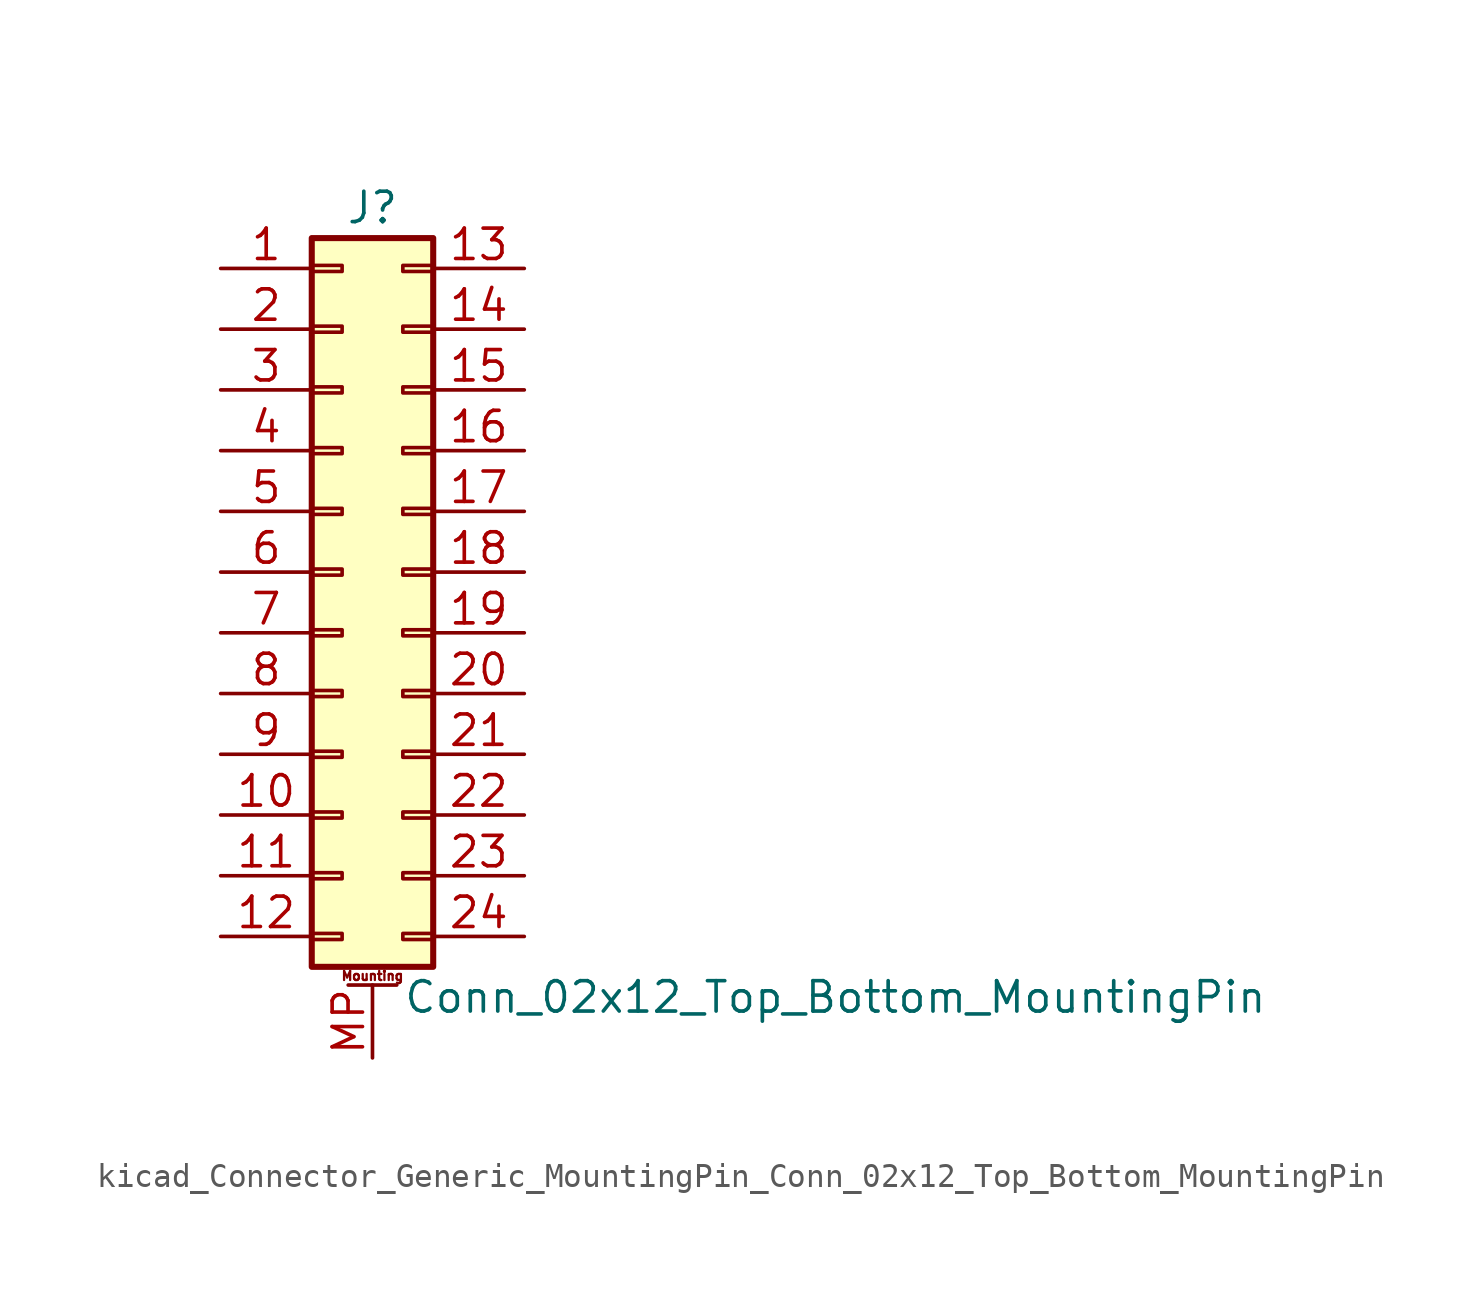
<source format=kicad_sym>
(kicad_symbol_lib
  (version 20220914)
  (generator kicad_symbol_editor)
  (symbol "kicad_Connector_Generic_MountingPin_Conn_02x12_Top_Bottom_MountingPin"
    (pin_names
      (offset 1.016) hide)
    (property "Reference" "J"
      (at 1.27 15.24 0)
      (effects (font (size 1.27 1.27))))
    (property "Value" "Conn_02x12_Top_Bottom_MountingPin"
      (at 2.54 -17.78 0)
      (effects (font (size 1.27 1.27)) (justify left)))
    (symbol "kicad_Connector_Generic_MountingPin_Conn_02x12_Top_Bottom_MountingPin_1_1"
      (rectangle (start -1.27 -15.113) (end 0 -15.367) (stroke (width 0.152) (type default)) (fill (type none)))
      (rectangle (start -1.27 -12.573) (end 0 -12.827) (stroke (width 0.152) (type default)) (fill (type none)))
      (rectangle (start -1.27 -10.033) (end 0 -10.287) (stroke (width 0.152) (type default)) (fill (type none)))
      (rectangle (start -1.27 -7.493) (end 0 -7.747) (stroke (width 0.152) (type default)) (fill (type none)))
      (rectangle (start -1.27 -4.953) (end 0 -5.207) (stroke (width 0.152) (type default)) (fill (type none)))
      (rectangle (start -1.27 -2.413) (end 0 -2.667) (stroke (width 0.152) (type default)) (fill (type none)))
      (rectangle (start -1.27 0.127) (end 0 -0.127) (stroke (width 0.152) (type default)) (fill (type none)))
      (rectangle (start -1.27 2.667) (end 0 2.413) (stroke (width 0.152) (type default)) (fill (type none)))
      (rectangle (start -1.27 5.207) (end 0 4.953) (stroke (width 0.152) (type default)) (fill (type none)))
      (rectangle (start -1.27 7.747) (end 0 7.493) (stroke (width 0.152) (type default)) (fill (type none)))
      (rectangle (start -1.27 10.287) (end 0 10.033) (stroke (width 0.152) (type default)) (fill (type none)))
      (rectangle (start -1.27 12.827) (end 0 12.573) (stroke (width 0.152) (type default)) (fill (type none)))
      (rectangle (start -1.27 13.97) (end 3.81 -16.51) (stroke (width 0.254) (type default)) (fill (type background)))
      (polyline (pts (xy 0.254 -17.272) (xy 2.286 -17.272)) (stroke (width 0.152) (type default)) (fill (type none)))
      (rectangle (start 3.81 -15.113) (end 2.54 -15.367) (stroke (width 0.152) (type default)) (fill (type none)))
      (rectangle (start 3.81 -12.573) (end 2.54 -12.827) (stroke (width 0.152) (type default)) (fill (type none)))
      (rectangle (start 3.81 -10.033) (end 2.54 -10.287) (stroke (width 0.152) (type default)) (fill (type none)))
      (rectangle (start 3.81 -7.493) (end 2.54 -7.747) (stroke (width 0.152) (type default)) (fill (type none)))
      (rectangle (start 3.81 -4.953) (end 2.54 -5.207) (stroke (width 0.152) (type default)) (fill (type none)))
      (rectangle (start 3.81 -2.413) (end 2.54 -2.667) (stroke (width 0.152) (type default)) (fill (type none)))
      (rectangle (start 3.81 0.127) (end 2.54 -0.127) (stroke (width 0.152) (type default)) (fill (type none)))
      (rectangle (start 3.81 2.667) (end 2.54 2.413) (stroke (width 0.152) (type default)) (fill (type none)))
      (rectangle (start 3.81 5.207) (end 2.54 4.953) (stroke (width 0.152) (type default)) (fill (type none)))
      (rectangle (start 3.81 7.747) (end 2.54 7.493) (stroke (width 0.152) (type default)) (fill (type none)))
      (rectangle (start 3.81 10.287) (end 2.54 10.033) (stroke (width 0.152) (type default)) (fill (type none)))
      (rectangle (start 3.81 12.827) (end 2.54 12.573) (stroke (width 0.152) (type default)) (fill (type none)))
      (text "Mounting" (at 1.27 -16.891 0) (effects (font (size 0.381 0.381))))
      (pin passive line (at -5.08 12.7 0) (length 3.81) (name "Pin_1" (effects (font (size 1.27 1.27)))) (number "1" (effects (font (size 1.27 1.27)))))
      (pin passive line (at -5.08 -10.16 0) (length 3.81) (name "Pin_10" (effects (font (size 1.27 1.27)))) (number "10" (effects (font (size 1.27 1.27)))))
      (pin passive line (at -5.08 -12.7 0) (length 3.81) (name "Pin_11" (effects (font (size 1.27 1.27)))) (number "11" (effects (font (size 1.27 1.27)))))
      (pin passive line (at -5.08 -15.24 0) (length 3.81) (name "Pin_12" (effects (font (size 1.27 1.27)))) (number "12" (effects (font (size 1.27 1.27)))))
      (pin passive line (at 7.62 12.7 180) (length 3.81) (name "Pin_13" (effects (font (size 1.27 1.27)))) (number "13" (effects (font (size 1.27 1.27)))))
      (pin passive line (at 7.62 10.16 180) (length 3.81) (name "Pin_14" (effects (font (size 1.27 1.27)))) (number "14" (effects (font (size 1.27 1.27)))))
      (pin passive line (at 7.62 7.62 180) (length 3.81) (name "Pin_15" (effects (font (size 1.27 1.27)))) (number "15" (effects (font (size 1.27 1.27)))))
      (pin passive line (at 7.62 5.08 180) (length 3.81) (name "Pin_16" (effects (font (size 1.27 1.27)))) (number "16" (effects (font (size 1.27 1.27)))))
      (pin passive line (at 7.62 2.54 180) (length 3.81) (name "Pin_17" (effects (font (size 1.27 1.27)))) (number "17" (effects (font (size 1.27 1.27)))))
      (pin passive line (at 7.62 0 180) (length 3.81) (name "Pin_18" (effects (font (size 1.27 1.27)))) (number "18" (effects (font (size 1.27 1.27)))))
      (pin passive line (at 7.62 -2.54 180) (length 3.81) (name "Pin_19" (effects (font (size 1.27 1.27)))) (number "19" (effects (font (size 1.27 1.27)))))
      (pin passive line (at -5.08 10.16 0) (length 3.81) (name "Pin_2" (effects (font (size 1.27 1.27)))) (number "2" (effects (font (size 1.27 1.27)))))
      (pin passive line (at 7.62 -5.08 180) (length 3.81) (name "Pin_20" (effects (font (size 1.27 1.27)))) (number "20" (effects (font (size 1.27 1.27)))))
      (pin passive line (at 7.62 -7.62 180) (length 3.81) (name "Pin_21" (effects (font (size 1.27 1.27)))) (number "21" (effects (font (size 1.27 1.27)))))
      (pin passive line (at 7.62 -10.16 180) (length 3.81) (name "Pin_22" (effects (font (size 1.27 1.27)))) (number "22" (effects (font (size 1.27 1.27)))))
      (pin passive line (at 7.62 -12.7 180) (length 3.81) (name "Pin_23" (effects (font (size 1.27 1.27)))) (number "23" (effects (font (size 1.27 1.27)))))
      (pin passive line (at 7.62 -15.24 180) (length 3.81) (name "Pin_24" (effects (font (size 1.27 1.27)))) (number "24" (effects (font (size 1.27 1.27)))))
      (pin passive line (at -5.08 7.62 0) (length 3.81) (name "Pin_3" (effects (font (size 1.27 1.27)))) (number "3" (effects (font (size 1.27 1.27)))))
      (pin passive line (at -5.08 5.08 0) (length 3.81) (name "Pin_4" (effects (font (size 1.27 1.27)))) (number "4" (effects (font (size 1.27 1.27)))))
      (pin passive line (at -5.08 2.54 0) (length 3.81) (name "Pin_5" (effects (font (size 1.27 1.27)))) (number "5" (effects (font (size 1.27 1.27)))))
      (pin passive line (at -5.08 0 0) (length 3.81) (name "Pin_6" (effects (font (size 1.27 1.27)))) (number "6" (effects (font (size 1.27 1.27)))))
      (pin passive line (at -5.08 -2.54 0) (length 3.81) (name "Pin_7" (effects (font (size 1.27 1.27)))) (number "7" (effects (font (size 1.27 1.27)))))
      (pin passive line (at -5.08 -5.08 0) (length 3.81) (name "Pin_8" (effects (font (size 1.27 1.27)))) (number "8" (effects (font (size 1.27 1.27)))))
      (pin passive line (at -5.08 -7.62 0) (length 3.81) (name "Pin_9" (effects (font (size 1.27 1.27)))) (number "9" (effects (font (size 1.27 1.27)))))
      (pin passive line (at 1.27 -20.32 90) (length 3.048) (name "MountPin" (effects (font (size 1.27 1.27)))) (number "MP" (effects (font (size 1.27 1.27))))))))
</source>
